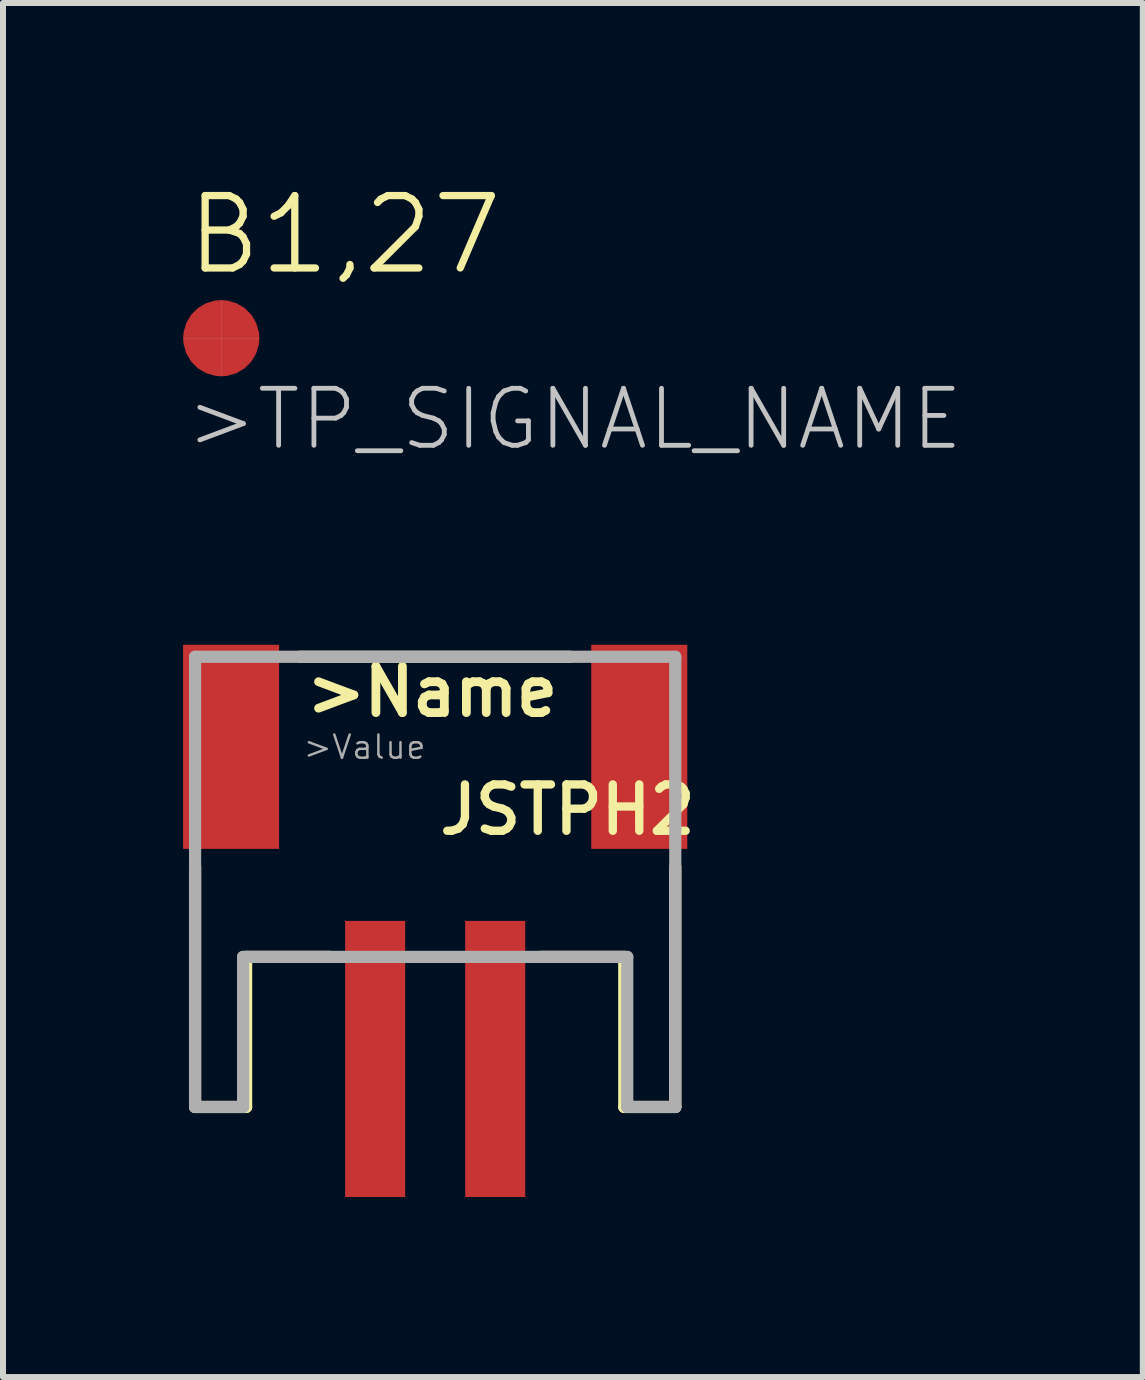
<source format=kicad_pcb>
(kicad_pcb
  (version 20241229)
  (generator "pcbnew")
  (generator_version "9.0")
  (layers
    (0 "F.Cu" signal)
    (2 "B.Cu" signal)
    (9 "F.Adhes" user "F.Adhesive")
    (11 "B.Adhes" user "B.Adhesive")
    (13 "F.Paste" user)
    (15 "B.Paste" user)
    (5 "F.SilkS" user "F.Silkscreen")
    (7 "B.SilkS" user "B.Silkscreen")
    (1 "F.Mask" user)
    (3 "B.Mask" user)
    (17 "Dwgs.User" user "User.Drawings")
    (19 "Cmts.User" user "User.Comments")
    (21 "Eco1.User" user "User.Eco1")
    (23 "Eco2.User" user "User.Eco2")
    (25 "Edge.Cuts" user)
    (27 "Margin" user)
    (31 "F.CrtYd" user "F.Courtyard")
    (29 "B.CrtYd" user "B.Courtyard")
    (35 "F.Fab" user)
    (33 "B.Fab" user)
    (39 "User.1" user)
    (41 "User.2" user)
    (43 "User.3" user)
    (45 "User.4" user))
  (footprint "JSTPH2"
    (layer "F.Cu")
    (at 4.2 10.892)
    (property "Reference" "JSTPH2" (at 0 0 180) (layer "F.SilkS") (effects (font (size 0.772 0.772) (thickness 0.139)) (justify left bottom)))
    (attr through_hole)
    (fp_line (start -4 4.5) (end -4 0.5) (stroke (width 0.203) (type solid)) (layer "F.SilkS"))
    (fp_line (start -3.15 2) (end -3.15 4.5) (stroke (width 0.203) (type solid)) (layer "F.SilkS"))
    (fp_line (start -3.15 4.5) (end -4 4.5) (stroke (width 0.203) (type solid)) (layer "F.SilkS"))
    (fp_line (start -2.25 -3) (end 2.25 -3) (stroke (width 0.203) (type solid)) (layer "F.SilkS"))
    (fp_line (start -1.75 2) (end -3.15 2) (stroke (width 0.203) (type solid)) (layer "F.SilkS"))
    (fp_line (start 3.15 2) (end 1.75 2) (stroke (width 0.203) (type solid)) (layer "F.SilkS"))
    (fp_line (start 3.15 4.5) (end 3.15 2) (stroke (width 0.203) (type solid)) (layer "F.SilkS"))
    (fp_line (start 4 0.5) (end 4 4.5) (stroke (width 0.203) (type solid)) (layer "F.SilkS"))
    (fp_line (start 4 4.5) (end 3.15 4.5) (stroke (width 0.203) (type solid)) (layer "F.SilkS"))
    (fp_line (start -4 -3) (end 4 -3) (stroke (width 0.203) (type solid)) (layer "F.Fab"))
    (fp_line (start -4 4.5) (end -4 -3) (stroke (width 0.203) (type solid)) (layer "F.Fab"))
    (fp_line (start -3.2 2) (end -3.2 4.5) (stroke (width 0.203) (type solid)) (layer "F.Fab"))
    (fp_line (start -3.2 4.5) (end -4 4.5) (stroke (width 0.203) (type solid)) (layer "F.Fab"))
    (fp_line (start 3.2 2) (end -3.2 2) (stroke (width 0.203) (type solid)) (layer "F.Fab"))
    (fp_line (start 3.2 4.5) (end 3.2 2) (stroke (width 0.203) (type solid)) (layer "F.Fab"))
    (fp_line (start 4 -3) (end 4 4.5) (stroke (width 0.203) (type solid)) (layer "F.Fab"))
    (fp_line (start 4 4.5) (end 3.2 4.5) (stroke (width 0.203) (type solid)) (layer "F.Fab"))
    (fp_text user ">Name" (at -2.223 -1.968 0) (layer "F.SilkS") (effects (font (size 0.772 0.772) (thickness 0.146)) (justify left bottom)))
    (fp_text user ">Value" (at -2.223 -1.27 0) (layer "F.Fab") (effects (font (size 0.386 0.386) (thickness 0.041)) (justify left bottom)))
    (pad "1" smd rect (at -1 3.7) (size 1 4.6) (layers "F.Cu" "F.Mask" "F.Paste"))
    (pad "2" smd rect (at 1 3.7) (size 1 4.6) (layers "F.Cu" "F.Mask" "F.Paste"))
    (pad "NC1" smd rect (at -3.4 -1.5 90) (size 3.4 1.6) (layers "F.Cu" "F.Mask" "F.Paste"))
    (pad "NC2" smd rect (at 3.4 -1.5 90) (size 3.4 1.6) (layers "F.Cu" "F.Mask" "F.Paste")))
  (footprint "B1,27"
    (layer "F.Cu")
    (at 0.636 2.584)
    (property "Reference" "B1,27" (at -0.635 -1.016 180) (layer "F.SilkS") (effects (font (size 1.206 1.206) (thickness 0.121)) (justify left bottom)))
    (attr through_hole)
    (fp_line (start -0.635 0) (end 0.635 0) (stroke (width 0.002) (type solid)) (layer "Dwgs.User"))
    (fp_line (start 0 -0.635) (end 0 0.635) (stroke (width 0.002) (type solid)) (layer "Dwgs.User"))
    (fp_text user ">TP_SIGNAL_NAME" (at -0.635 1.905 0) (layer "Dwgs.User") (effects (font (size 0.95 0.95) (thickness 0.08)) (justify left bottom)))
    (pad "TP" smd roundrect (at 0 0) (size 1.27 1.27) (layers "F.Cu" "F.Mask") (roundrect_rratio 0.5)))
  (gr_rect
    (start -3 -3)
    (end 15.989 19.892)
    (stroke (width 0.1) (type default))
    (fill no)
    (layer "Edge.Cuts")))
</source>
